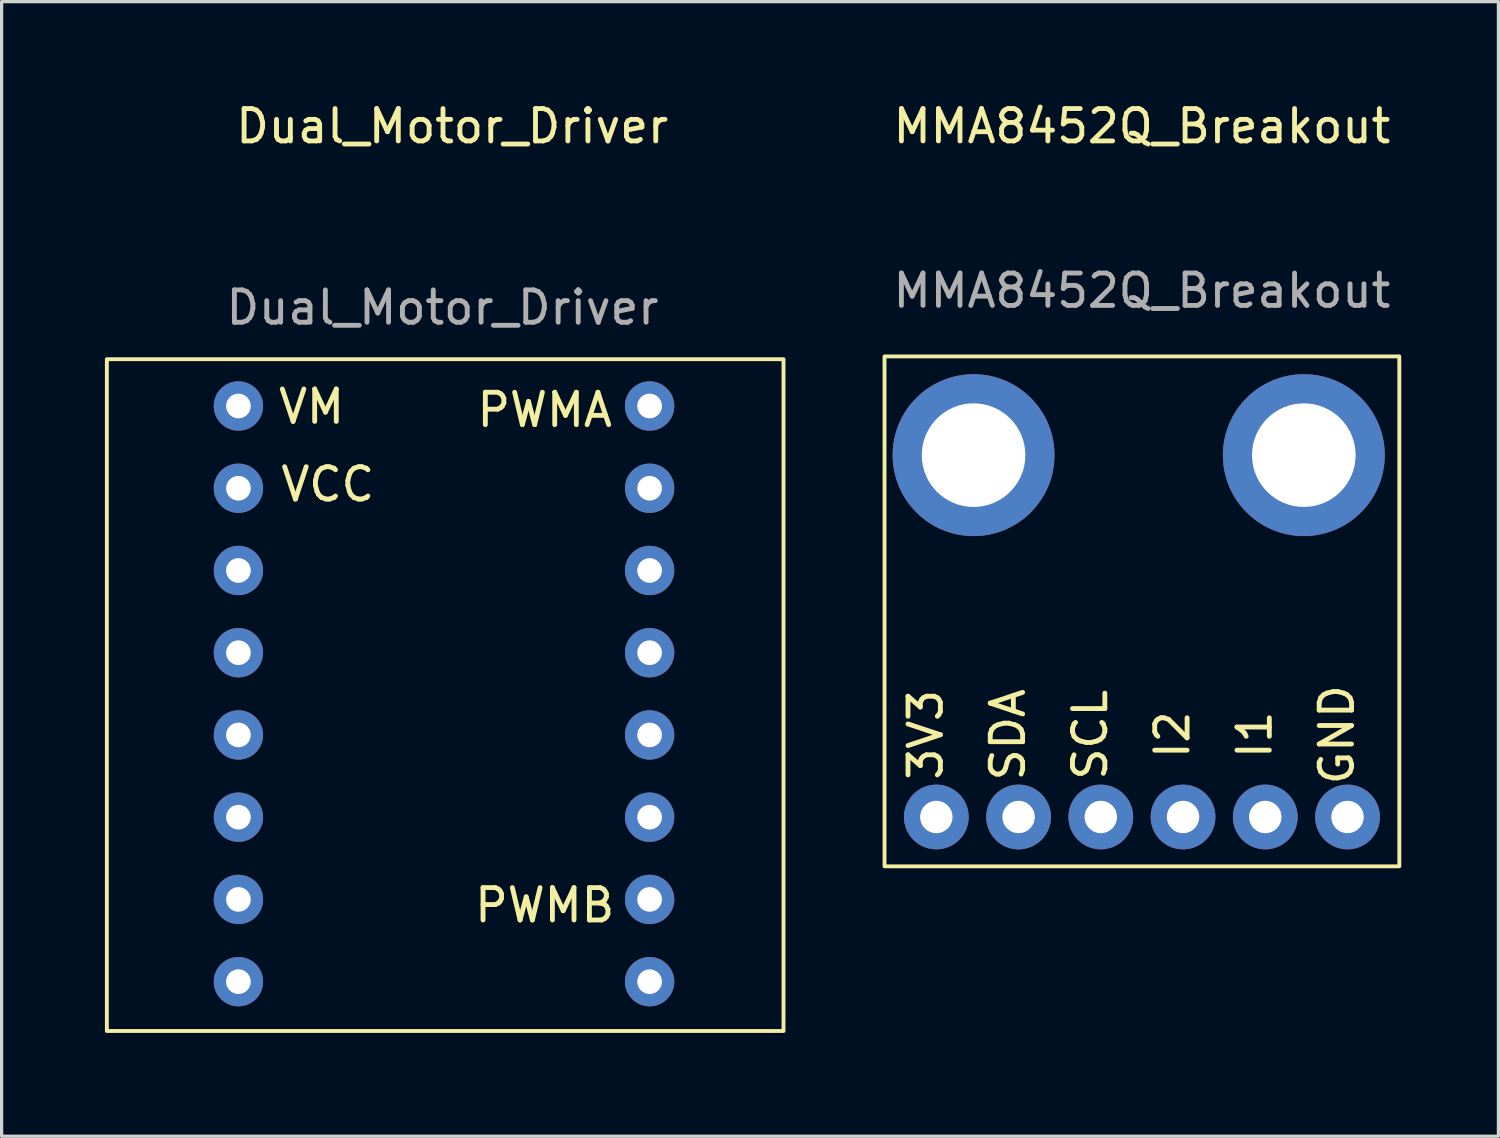
<source format=kicad_pcb>
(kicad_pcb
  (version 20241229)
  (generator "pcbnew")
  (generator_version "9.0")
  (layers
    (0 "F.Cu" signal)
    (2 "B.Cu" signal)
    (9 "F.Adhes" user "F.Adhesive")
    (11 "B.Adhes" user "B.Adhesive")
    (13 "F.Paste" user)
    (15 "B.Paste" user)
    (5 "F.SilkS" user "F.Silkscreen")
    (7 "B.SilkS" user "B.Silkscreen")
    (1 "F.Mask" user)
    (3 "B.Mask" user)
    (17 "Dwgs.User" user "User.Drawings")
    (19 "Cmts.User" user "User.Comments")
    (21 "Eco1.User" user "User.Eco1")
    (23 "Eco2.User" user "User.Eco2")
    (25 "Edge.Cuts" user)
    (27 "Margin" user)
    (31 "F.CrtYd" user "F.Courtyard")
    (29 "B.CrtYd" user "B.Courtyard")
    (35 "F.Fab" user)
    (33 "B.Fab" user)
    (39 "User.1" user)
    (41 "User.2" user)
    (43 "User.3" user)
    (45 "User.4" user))
  (footprint "Dual_Motor_Driver"
    (layer "F.Cu")
    (at 0.25 28.794)
    (property "Reference" "Dual_Motor_Driver" (at 10.668 -27.946 0) (unlocked yes) (layer "F.SilkS") (effects (font (size 1 1) (thickness 0.15))))
    (attr through_hole)
    (fp_rect (start 0 0) (end 20.9 -20.75) (stroke (width 0.12) (type solid)) (fill no) (layer "F.SilkS"))
    (fp_text user "VCC" (at 6.824 -16.884 0) (unlocked yes) (layer "F.SilkS") (effects (font (size 1 1) (thickness 0.15))))
    (fp_text user "VM" (at 6.324 -19.284 0) (unlocked yes) (layer "F.SilkS") (effects (font (size 1 1) (thickness 0.15))))
    (fp_text user "PWMA" (at 13.524 -19.184 0) (unlocked yes) (layer "F.SilkS") (effects (font (size 1 1) (thickness 0.15))))
    (fp_text user "PWMB" (at 13.524 -3.884 0) (unlocked yes) (layer "F.SilkS") (effects (font (size 1 1) (thickness 0.15))))
    (fp_text user "${REFERENCE}" (at 10.368 -22.346 0) (unlocked yes) (layer "F.Fab") (effects (font (size 1 1) (thickness 0.15))))
    (pad "1" thru_hole circle (at 4.064 -19.304) (size 1.524 1.524) (drill 0.762) (layers "*.Cu" "*.Mask"))
    (pad "2" thru_hole circle (at 4.064 -16.764) (size 1.524 1.524) (drill 0.762) (layers "*.Cu" "*.Mask"))
    (pad "3" thru_hole circle (at 4.064 -14.224) (size 1.524 1.524) (drill 0.762) (layers "*.Cu" "*.Mask"))
    (pad "4" thru_hole circle (at 4.064 -11.684) (size 1.524 1.524) (drill 0.762) (layers "*.Cu" "*.Mask"))
    (pad "5" thru_hole circle (at 4.064 -9.144) (size 1.524 1.524) (drill 0.762) (layers "*.Cu" "*.Mask"))
    (pad "6" thru_hole circle (at 4.064 -6.604) (size 1.524 1.524) (drill 0.762) (layers "*.Cu" "*.Mask"))
    (pad "7" thru_hole circle (at 4.064 -4.064) (size 1.524 1.524) (drill 0.762) (layers "*.Cu" "*.Mask"))
    (pad "8" thru_hole circle (at 4.064 -1.524) (size 1.524 1.524) (drill 0.762) (layers "*.Cu" "*.Mask"))
    (pad "9" thru_hole circle (at 16.764 -1.524) (size 1.524 1.524) (drill 0.762) (layers "*.Cu" "*.Mask"))
    (pad "10" thru_hole circle (at 16.764 -4.064) (size 1.524 1.524) (drill 0.762) (layers "*.Cu" "*.Mask"))
    (pad "11" thru_hole circle (at 16.764 -6.604) (size 1.524 1.524) (drill 0.762) (layers "*.Cu" "*.Mask"))
    (pad "12" thru_hole circle (at 16.764 -9.144) (size 1.524 1.524) (drill 0.762) (layers "*.Cu" "*.Mask"))
    (pad "13" thru_hole circle (at 16.764 -11.684) (size 1.524 1.524) (drill 0.762) (layers "*.Cu" "*.Mask"))
    (pad "14" thru_hole circle (at 16.764 -14.224) (size 1.524 1.524) (drill 0.762) (layers "*.Cu" "*.Mask"))
    (pad "15" thru_hole circle (at 16.764 -16.764) (size 1.524 1.524) (drill 0.762) (layers "*.Cu" "*.Mask"))
    (pad "16" thru_hole circle (at 16.764 -19.304) (size 1.524 1.524) (drill 0.762) (layers "*.Cu" "*.Mask")))
  (footprint "MMA8452Q_Breakout"
    (layer "F.Cu")
    (at 32.22 23.708)
    (property "Reference" "MMA8452Q_Breakout" (at 0 -22.86 0) (unlocked yes) (layer "F.SilkS") (effects (font (size 1 1) (thickness 0.15))))
    (attr through_hole)
    (fp_rect (start -7.95 0) (end 7.95 -15.75) (stroke (width 0.12) (type solid)) (fill no) (layer "F.SilkS"))
    (fp_text user "SCL" (at -1.6 -4.064 90) (unlocked yes) (layer "F.SilkS") (effects (font (size 1 1) (thickness 0.15))))
    (fp_text user "GND" (at 6.02 -4.064 90) (unlocked yes) (layer "F.SilkS") (effects (font (size 1 1) (thickness 0.15))))
    (fp_text user "I1" (at 3.48 -4.064 90) (unlocked yes) (layer "F.SilkS") (effects (font (size 1 1) (thickness 0.15))))
    (fp_text user "SDA" (at -4.14 -4.064 90) (unlocked yes) (layer "F.SilkS") (effects (font (size 1 1) (thickness 0.15))))
    (fp_text user "I2" (at 0.94 -4.064 90) (unlocked yes) (layer "F.SilkS") (effects (font (size 1 1) (thickness 0.15))))
    (fp_text user "3V3" (at -6.68 -4.064 90) (unlocked yes) (layer "F.SilkS") (effects (font (size 1 1) (thickness 0.15))))
    (fp_text user "${REFERENCE}" (at 0 -17.78 0) (unlocked yes) (layer "F.Fab") (effects (font (size 1 1) (thickness 0.15))))
    (pad "1" thru_hole circle (at -6.35 -1.524) (size 2 2) (drill 1) (layers "*.Cu" "*.Mask"))
    (pad "2" thru_hole circle (at -3.81 -1.524) (size 2 2) (drill 1) (layers "*.Cu" "*.Mask"))
    (pad "3" thru_hole circle (at -1.27 -1.524) (size 2 2) (drill 1) (layers "*.Cu" "*.Mask"))
    (pad "4" thru_hole circle (at 1.27 -1.524) (size 2 2) (drill 1) (layers "*.Cu" "*.Mask"))
    (pad "5" thru_hole circle (at 3.81 -1.524) (size 2 2) (drill 1) (layers "*.Cu" "*.Mask"))
    (pad "6" thru_hole circle (at 6.35 -1.524) (size 2 2) (drill 1) (layers "*.Cu" "*.Mask"))
    (pad "7" thru_hole circle (at -5.2 -12.7) (size 5 5) (drill 3.2) (layers "*.Cu" "*.Mask"))
    (pad "7" thru_hole circle (at 5 -12.7) (size 5 5) (drill 3.2) (layers "*.Cu" "*.Mask")))
  (gr_rect
    (start -3 -3)
    (end 43.23 32.044)
    (stroke (width 0.1) (type default))
    (fill no)
    (layer "Edge.Cuts")))
</source>
